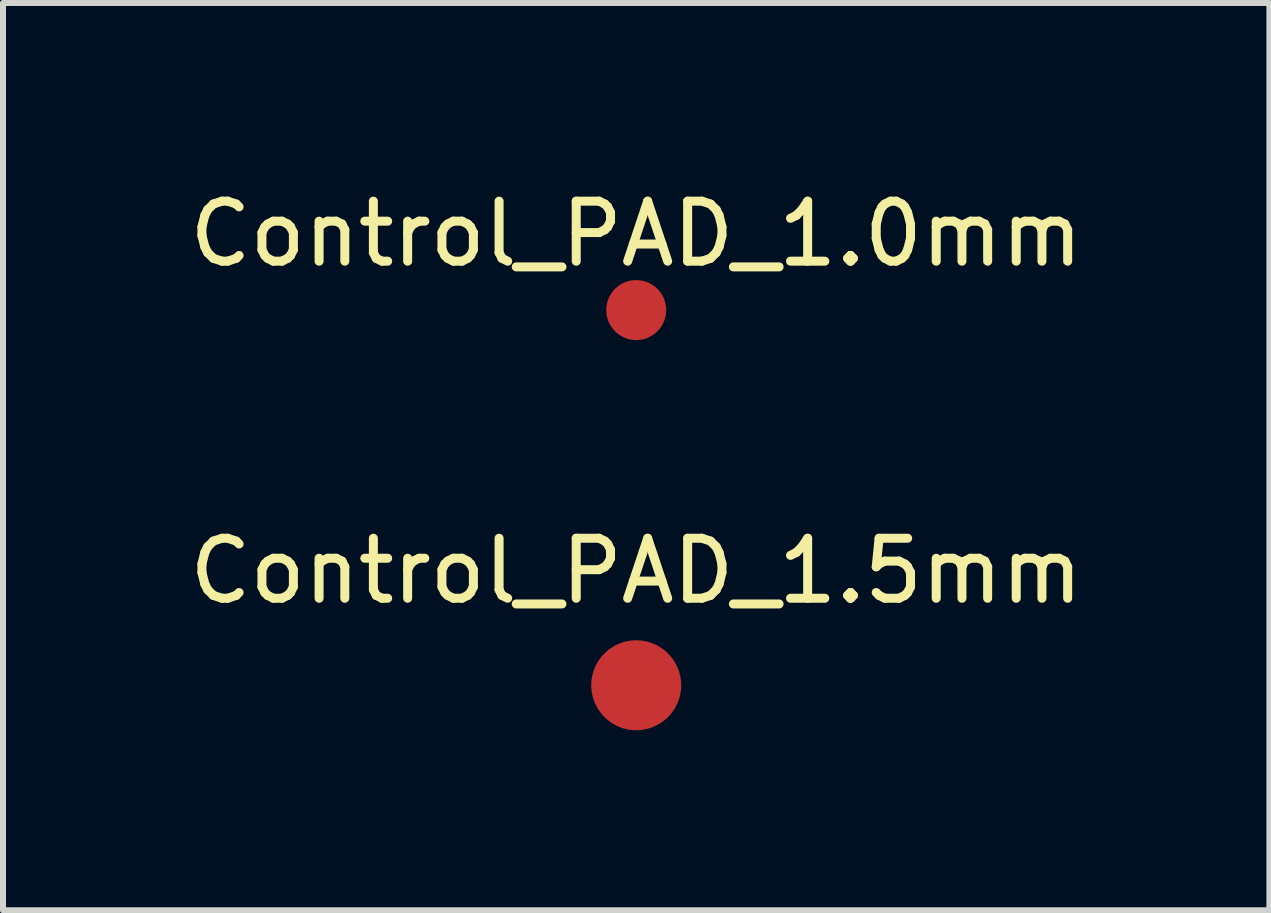
<source format=kicad_pcb>
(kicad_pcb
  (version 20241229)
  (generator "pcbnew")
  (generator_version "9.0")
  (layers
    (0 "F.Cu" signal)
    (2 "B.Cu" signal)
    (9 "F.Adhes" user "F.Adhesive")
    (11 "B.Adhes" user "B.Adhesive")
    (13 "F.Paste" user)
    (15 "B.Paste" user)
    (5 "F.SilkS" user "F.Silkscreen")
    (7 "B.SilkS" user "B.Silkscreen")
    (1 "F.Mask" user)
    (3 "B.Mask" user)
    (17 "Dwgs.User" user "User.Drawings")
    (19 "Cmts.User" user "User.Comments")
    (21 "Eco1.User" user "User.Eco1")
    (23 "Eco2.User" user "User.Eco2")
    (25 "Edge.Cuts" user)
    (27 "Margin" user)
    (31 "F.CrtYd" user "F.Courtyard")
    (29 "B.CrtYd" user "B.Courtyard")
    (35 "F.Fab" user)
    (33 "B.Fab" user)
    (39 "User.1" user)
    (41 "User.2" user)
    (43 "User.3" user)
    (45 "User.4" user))
  (footprint "Control_PAD_1.5mm"
    (layer "F.Cu")
    (at 7.554 8.371)
    (property "Reference" "Control_PAD_1.5mm" (at 0 -1.905 0) (unlocked yes) (layer "F.SilkS") (effects (font (size 1 1) (thickness 0.15))))
    (attr smd)
    (pad "1" smd circle (at 0 0) (size 1.5 1.5) (layers "F.Cu" "F.Mask" "F.Paste")))
  (footprint "Control_PAD_1.0mm"
    (layer "F.Cu")
    (at 7.554 2.118)
    (property "Reference" "Control_PAD_1.0mm" (at 0 -1.27 0) (unlocked yes) (layer "F.SilkS") (effects (font (size 1 1) (thickness 0.15))))
    (attr smd)
    (pad "1" smd circle (at 0 0) (size 1 1) (layers "F.Cu" "F.Mask" "F.Paste")))
  (gr_rect
    (start -3 -3)
    (end 18.107 12.121)
    (stroke (width 0.1) (type default))
    (fill no)
    (layer "Edge.Cuts")))
</source>
